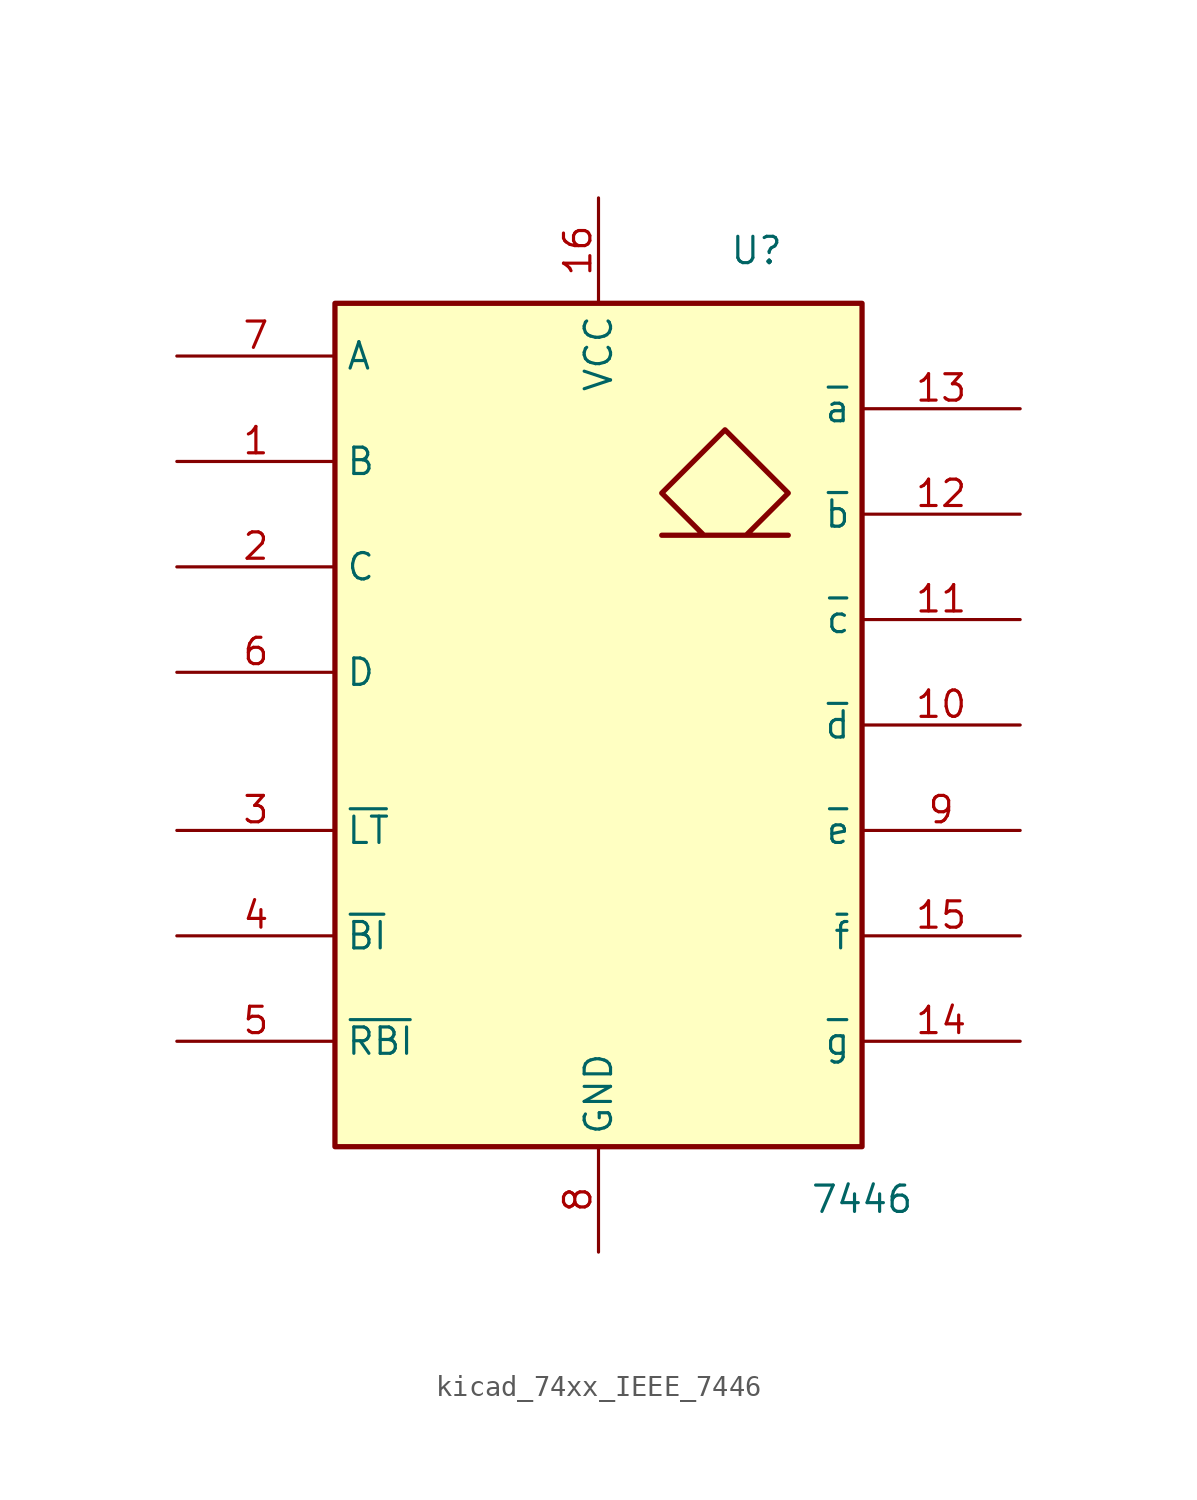
<source format=kicad_sym>
(kicad_symbol_lib
  (version 20220914)
  (generator kicad_symbol_editor)
  (symbol "kicad_74xx_IEEE_7446"
    (property "Reference" "U"
      (at 7.62 22.86 0)
      (effects (font (size 1.27 1.27))))
    (property "Value" "7446"
      (at 12.7 -22.86 0)
      (effects (font (size 1.27 1.27))))
    (symbol "kicad_74xx_IEEE_7446_0_0"
      (rectangle (start -12.7 20.32) (end 12.7 -20.32) (stroke (width 0.254) (type default)) (fill (type background)))
      (polyline (pts (xy 7.112 9.144) (xy 9.144 11.176) (xy 6.096 14.224) (xy 3.048 11.176) (xy 5.08 9.144) (xy 3.048 9.144) (xy 9.144 9.144) (xy 9.144 9.144)) (stroke (width 0.254) (type default)) (fill (type background)))
      (pin power_in line (at 0 25.4 270) (length 5.08) (name "VCC" (effects (font (size 1.27 1.27)))) (number "16" (effects (font (size 1.27 1.27)))))
      (pin power_in line (at 0 -25.4 90) (length 5.08) (name "GND" (effects (font (size 1.27 1.27)))) (number "8" (effects (font (size 1.27 1.27))))))
    (symbol "kicad_74xx_IEEE_7446_1_1"
      (pin input line (at -20.32 12.7 0) (length 7.62) (name "B" (effects (font (size 1.27 1.27)))) (number "1" (effects (font (size 1.27 1.27)))))
      (pin open_collector line (at 20.32 0 180) (length 7.62) (name "~{d}" (effects (font (size 1.27 1.27)))) (number "10" (effects (font (size 1.27 1.27)))))
      (pin open_collector line (at 20.32 5.08 180) (length 7.62) (name "~{c}" (effects (font (size 1.27 1.27)))) (number "11" (effects (font (size 1.27 1.27)))))
      (pin open_collector line (at 20.32 10.16 180) (length 7.62) (name "~{b}" (effects (font (size 1.27 1.27)))) (number "12" (effects (font (size 1.27 1.27)))))
      (pin open_collector line (at 20.32 15.24 180) (length 7.62) (name "~{a}" (effects (font (size 1.27 1.27)))) (number "13" (effects (font (size 1.27 1.27)))))
      (pin open_collector line (at 20.32 -15.24 180) (length 7.62) (name "~{g}" (effects (font (size 1.27 1.27)))) (number "14" (effects (font (size 1.27 1.27)))))
      (pin open_collector line (at 20.32 -10.16 180) (length 7.62) (name "~{f}" (effects (font (size 1.27 1.27)))) (number "15" (effects (font (size 1.27 1.27)))))
      (pin input line (at -20.32 7.62 0) (length 7.62) (name "C" (effects (font (size 1.27 1.27)))) (number "2" (effects (font (size 1.27 1.27)))))
      (pin input line (at -20.32 -5.08 0) (length 7.62) (name "~{LT}" (effects (font (size 1.27 1.27)))) (number "3" (effects (font (size 1.27 1.27)))))
      (pin input line (at -20.32 -10.16 0) (length 7.62) (name "~{BI}" (effects (font (size 1.27 1.27)))) (number "4" (effects (font (size 1.27 1.27)))))
      (pin input line (at -20.32 -15.24 0) (length 7.62) (name "~{RBI}" (effects (font (size 1.27 1.27)))) (number "5" (effects (font (size 1.27 1.27)))))
      (pin input line (at -20.32 2.54 0) (length 7.62) (name "D" (effects (font (size 1.27 1.27)))) (number "6" (effects (font (size 1.27 1.27)))))
      (pin input line (at -20.32 17.78 0) (length 7.62) (name "A" (effects (font (size 1.27 1.27)))) (number "7" (effects (font (size 1.27 1.27)))))
      (pin open_collector line (at 20.32 -5.08 180) (length 7.62) (name "~{e}" (effects (font (size 1.27 1.27)))) (number "9" (effects (font (size 1.27 1.27))))))))
</source>
